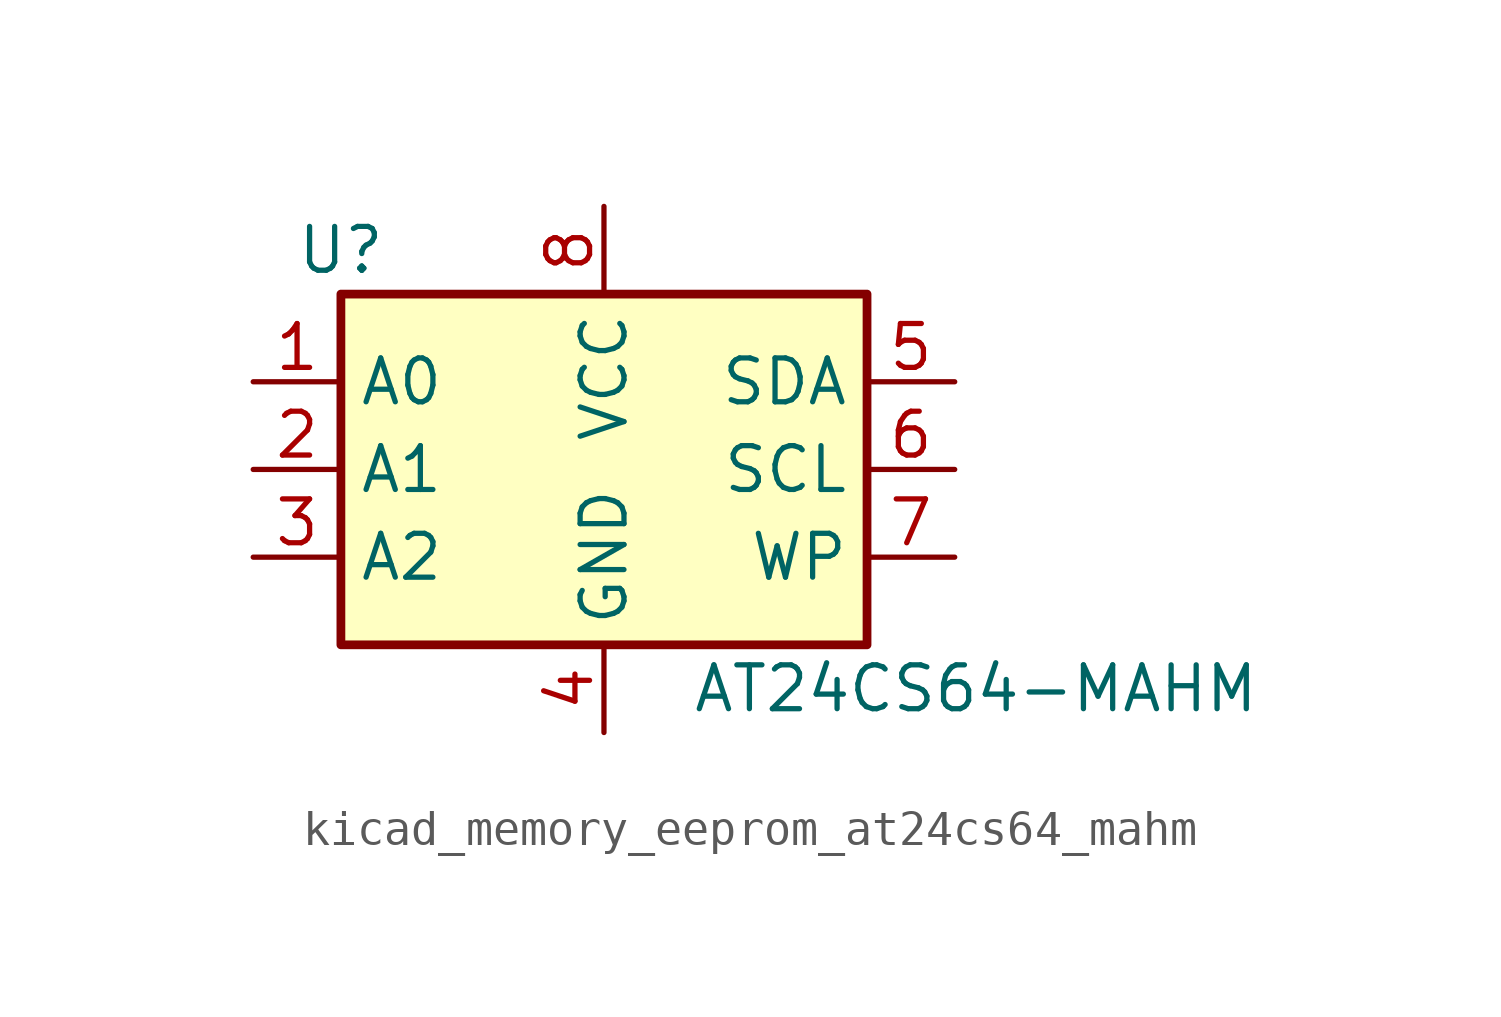
<source format=kicad_sym>
(kicad_symbol_lib
  (version 20220914)
  (generator kicad_symbol_editor)
  (symbol "kicad_memory_eeprom_at24cs64_mahm"
    (property "Reference" "U"
      (at -7.62 6.35 0)
      (effects (font (size 1.27 1.27))))
    (property "Value" "AT24CS64-MAHM"
      (at 2.54 -6.35 0)
      (effects (font (size 1.27 1.27)) (justify left)))
    (symbol "kicad_memory_eeprom_at24cs64_mahm_1_1"
      (rectangle (start -7.62 5.08) (end 7.62 -5.08) (stroke (width 0.254) (type default)) (fill (type background)))
      (pin input line (at -10.16 2.54 0) (length 2.54) (name "A0" (effects (font (size 1.27 1.27)))) (number "1" (effects (font (size 1.27 1.27)))))
      (pin input line (at -10.16 0 0) (length 2.54) (name "A1" (effects (font (size 1.27 1.27)))) (number "2" (effects (font (size 1.27 1.27)))))
      (pin input line (at -10.16 -2.54 0) (length 2.54) (name "A2" (effects (font (size 1.27 1.27)))) (number "3" (effects (font (size 1.27 1.27)))))
      (pin power_in line (at 0 -7.62 90) (length 2.54) (name "GND" (effects (font (size 1.27 1.27)))) (number "4" (effects (font (size 1.27 1.27)))))
      (pin bidirectional line (at 10.16 2.54 180) (length 2.54) (name "SDA" (effects (font (size 1.27 1.27)))) (number "5" (effects (font (size 1.27 1.27)))))
      (pin input line (at 10.16 0 180) (length 2.54) (name "SCL" (effects (font (size 1.27 1.27)))) (number "6" (effects (font (size 1.27 1.27)))))
      (pin input line (at 10.16 -2.54 180) (length 2.54) (name "WP" (effects (font (size 1.27 1.27)))) (number "7" (effects (font (size 1.27 1.27)))))
      (pin power_in line (at 0 7.62 270) (length 2.54) (name "VCC" (effects (font (size 1.27 1.27)))) (number "8" (effects (font (size 1.27 1.27))))))))
</source>
